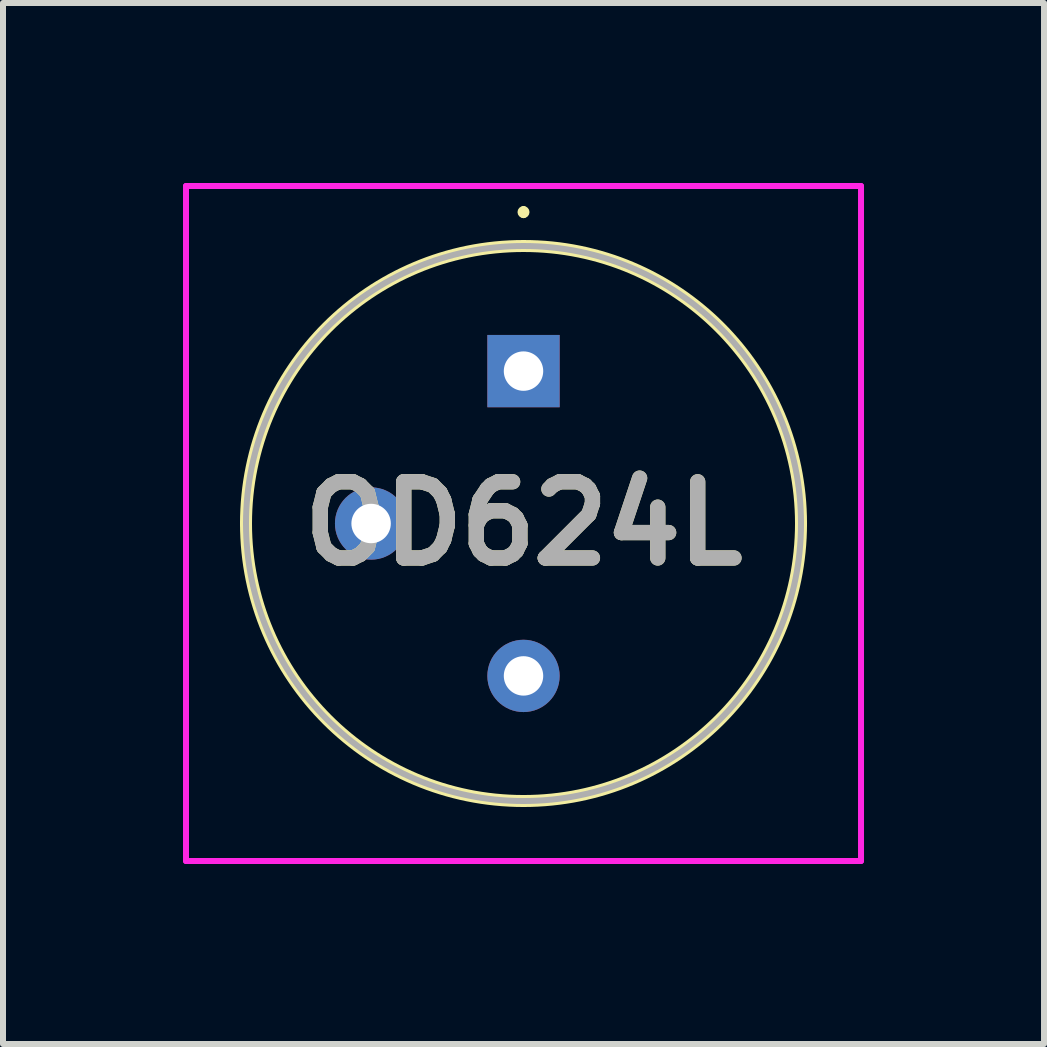
<source format=kicad_pcb>
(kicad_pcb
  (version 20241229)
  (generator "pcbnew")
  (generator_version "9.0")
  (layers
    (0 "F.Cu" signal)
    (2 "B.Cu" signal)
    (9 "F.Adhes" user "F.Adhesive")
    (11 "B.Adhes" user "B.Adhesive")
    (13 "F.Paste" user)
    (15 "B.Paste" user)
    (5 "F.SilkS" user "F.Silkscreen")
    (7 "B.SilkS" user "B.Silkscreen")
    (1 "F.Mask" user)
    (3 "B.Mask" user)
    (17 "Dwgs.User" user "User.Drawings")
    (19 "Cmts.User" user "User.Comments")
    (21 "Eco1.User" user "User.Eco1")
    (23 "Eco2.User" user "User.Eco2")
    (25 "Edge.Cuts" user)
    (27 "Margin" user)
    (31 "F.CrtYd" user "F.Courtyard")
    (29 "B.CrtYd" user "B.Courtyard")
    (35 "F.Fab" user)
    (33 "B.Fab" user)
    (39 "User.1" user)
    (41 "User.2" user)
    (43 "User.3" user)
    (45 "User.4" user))
  (footprint "OD624L"
    (layer "F.Cu")
    (at 5.675 3.135)
    (property "Reference" "OD624L" (at 0 2.54 0) (layer "F.SilkS") (effects (font (size 1.27 1.27) (thickness 0.254))))
    (attr through_hole)
    (fp_line (start -4.625 2.54) (end -4.625 2.54) (stroke (width 0.2) (type solid)) (layer "F.SilkS"))
    (fp_line (start 0 -2.7) (end 0 -2.7) (stroke (width 0.1) (type solid)) (layer "F.SilkS"))
    (fp_line (start 0 -2.6) (end 0 -2.6) (stroke (width 0.1) (type solid)) (layer "F.SilkS"))
    (fp_line (start 4.625 2.54) (end 4.625 2.54) (stroke (width 0.2) (type solid)) (layer "F.SilkS"))
    (fp_arc (start -4.625 2.54) (mid 0 -2.085) (end 4.625 2.54) (stroke (width 0.2) (type solid)) (layer "F.SilkS"))
    (fp_arc (start 0 -2.7) (mid 0.05 -2.65) (end 0 -2.6) (stroke (width 0.1) (type solid)) (layer "F.SilkS"))
    (fp_arc (start 0 -2.6) (mid -0.05 -2.65) (end 0 -2.7) (stroke (width 0.1) (type solid)) (layer "F.SilkS"))
    (fp_arc (start 4.625 2.54) (mid 0 7.165) (end -4.625 2.54) (stroke (width 0.2) (type solid)) (layer "F.SilkS"))
    (fp_line (start -5.625 -3.085) (end -5.625 8.165) (stroke (width 0.1) (type solid)) (layer "F.CrtYd"))
    (fp_line (start -5.625 8.165) (end 5.625 8.165) (stroke (width 0.1) (type solid)) (layer "F.CrtYd"))
    (fp_line (start 5.625 -3.085) (end -5.625 -3.085) (stroke (width 0.1) (type solid)) (layer "F.CrtYd"))
    (fp_line (start 5.625 8.165) (end 5.625 -3.085) (stroke (width 0.1) (type solid)) (layer "F.CrtYd"))
    (fp_line (start -4.625 2.54) (end -4.625 2.54) (stroke (width 0.1) (type solid)) (layer "F.Fab"))
    (fp_line (start 4.625 2.54) (end 4.625 2.54) (stroke (width 0.1) (type solid)) (layer "F.Fab"))
    (fp_arc (start -4.625 2.54) (mid 0 -2.085) (end 4.625 2.54) (stroke (width 0.1) (type solid)) (layer "F.Fab"))
    (fp_arc (start 4.625 2.54) (mid 0 7.165) (end -4.625 2.54) (stroke (width 0.1) (type solid)) (layer "F.Fab"))
    (fp_text user "${REFERENCE}" (at 0 2.54 0) (layer "F.Fab") (effects (font (size 1.27 1.27) (thickness 0.254))))
    (pad "1" thru_hole rect (at 0 0) (size 1.205 1.205) (drill 0.657) (layers "*.Cu" "*.Mask"))
    (pad "2" thru_hole circle (at -2.54 2.54) (size 1.205 1.205) (drill 0.657) (layers "*.Cu" "*.Mask"))
    (pad "3" thru_hole circle (at 0 5.08) (size 1.205 1.205) (drill 0.657) (layers "*.Cu" "*.Mask")))
  (gr_rect
    (start -3 -3)
    (end 14.35 14.35)
    (stroke (width 0.1) (type default))
    (fill no)
    (layer "Edge.Cuts")))
</source>
